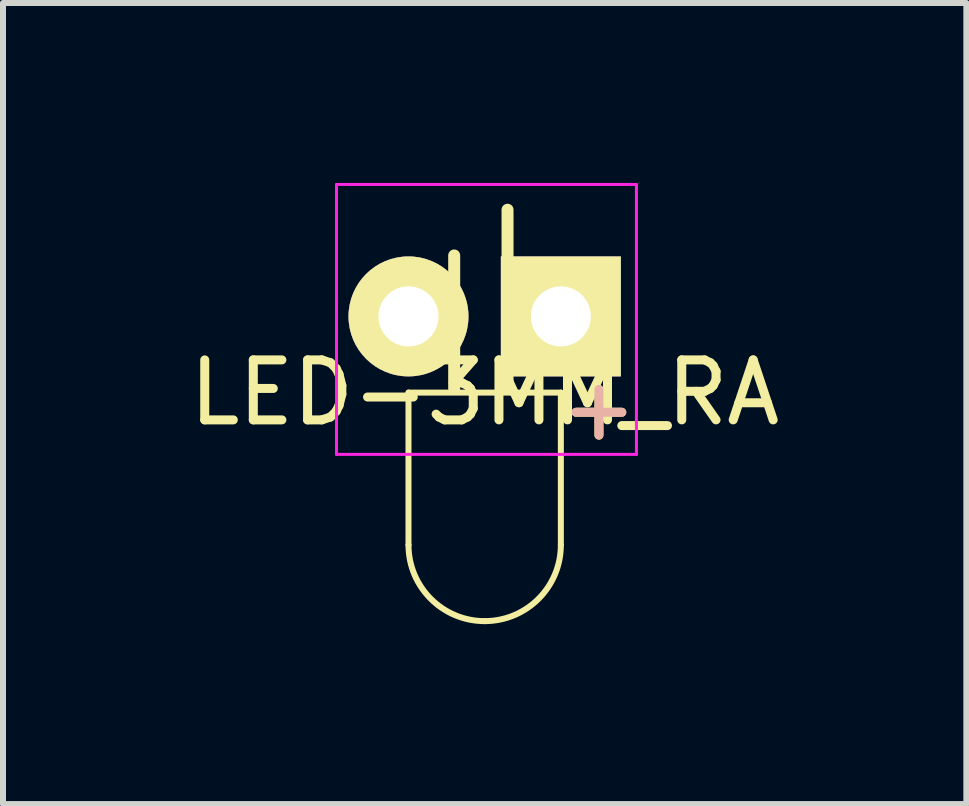
<source format=kicad_pcb>
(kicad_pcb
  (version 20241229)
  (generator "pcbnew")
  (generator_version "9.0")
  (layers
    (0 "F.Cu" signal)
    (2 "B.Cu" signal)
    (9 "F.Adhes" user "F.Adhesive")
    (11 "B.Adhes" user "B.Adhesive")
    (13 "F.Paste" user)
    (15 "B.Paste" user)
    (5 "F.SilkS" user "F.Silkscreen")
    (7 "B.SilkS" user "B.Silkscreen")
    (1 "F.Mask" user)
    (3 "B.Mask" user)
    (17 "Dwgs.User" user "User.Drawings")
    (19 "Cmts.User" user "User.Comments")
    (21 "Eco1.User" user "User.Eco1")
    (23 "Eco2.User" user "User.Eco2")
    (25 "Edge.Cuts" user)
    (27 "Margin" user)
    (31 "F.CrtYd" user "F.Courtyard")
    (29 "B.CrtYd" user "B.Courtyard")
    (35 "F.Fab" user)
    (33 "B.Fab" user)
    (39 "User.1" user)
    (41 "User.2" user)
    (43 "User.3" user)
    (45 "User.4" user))
  (footprint "LED-3MM_RA"
    (layer "F.Cu")
    (at 3.76 2.225)
    (property "Reference" "LED-3MM_RA" (at 1.27 1.27 0) (layer "F.SilkS") (effects (font (size 1 1) (thickness 0.15))))
    (attr through_hole)
    (fp_line (start 0 1.27) (end 2.54 1.27) (stroke (width 0.1) (type solid)) (layer "F.SilkS"))
    (fp_line (start 0 3.81) (end 0 1.27) (stroke (width 0.1) (type solid)) (layer "F.SilkS"))
    (fp_line (start 0.762 1.2) (end 0.762 -1.016) (stroke (width 0.2) (type solid)) (layer "F.SilkS"))
    (fp_line (start 1.651 1.2) (end 1.651 -1.778) (stroke (width 0.2) (type solid)) (layer "F.SilkS"))
    (fp_line (start 2.54 1.27) (end 2.54 3.81) (stroke (width 0.1) (type solid)) (layer "F.SilkS"))
    (fp_arc (start 1.27 5.08) (mid 0.371974 4.708026) (end 0 3.81) (stroke (width 0.1) (type solid)) (layer "F.SilkS"))
    (fp_arc (start 2.54 3.81) (mid 2.168026 4.708026) (end 1.27 5.08) (stroke (width 0.1) (type solid)) (layer "F.SilkS"))
    (fp_line (start -1.2 -2.2) (end -1.2 2.3) (stroke (width 0.05) (type solid)) (layer "F.CrtYd"))
    (fp_line (start -1.2 2.3) (end 3.8 2.3) (stroke (width 0.05) (type solid)) (layer "F.CrtYd"))
    (fp_line (start 3.8 -2.2) (end -1.2 -2.2) (stroke (width 0.05) (type solid)) (layer "F.CrtYd"))
    (fp_line (start 3.8 2.3) (end 3.8 -2.2) (stroke (width 0.05) (type solid)) (layer "F.CrtYd"))
    (fp_text user "+" (at 3.175 1.524 0) (layer "F.SilkS") (effects (font (size 1 1) (thickness 0.15))))
    (fp_text user "+" (at 3.175 1.524 0) (layer "B.SilkS") (effects (font (size 1 1) (thickness 0.15)) (justify mirror)))
    (pad "1" thru_hole circle (at 0 0 90) (size 2 2) (drill 1.001) (layers "*.Cu" "*.Mask" "F.SilkS"))
    (pad "2" thru_hole rect (at 2.54 0) (size 2 2) (drill 1.001) (layers "*.Cu" "*.Mask" "F.SilkS")))
  (gr_rect
    (start -3 -3)
    (end 13.06 10.355)
    (stroke (width 0.1) (type default))
    (fill no)
    (layer "Edge.Cuts")))
</source>
